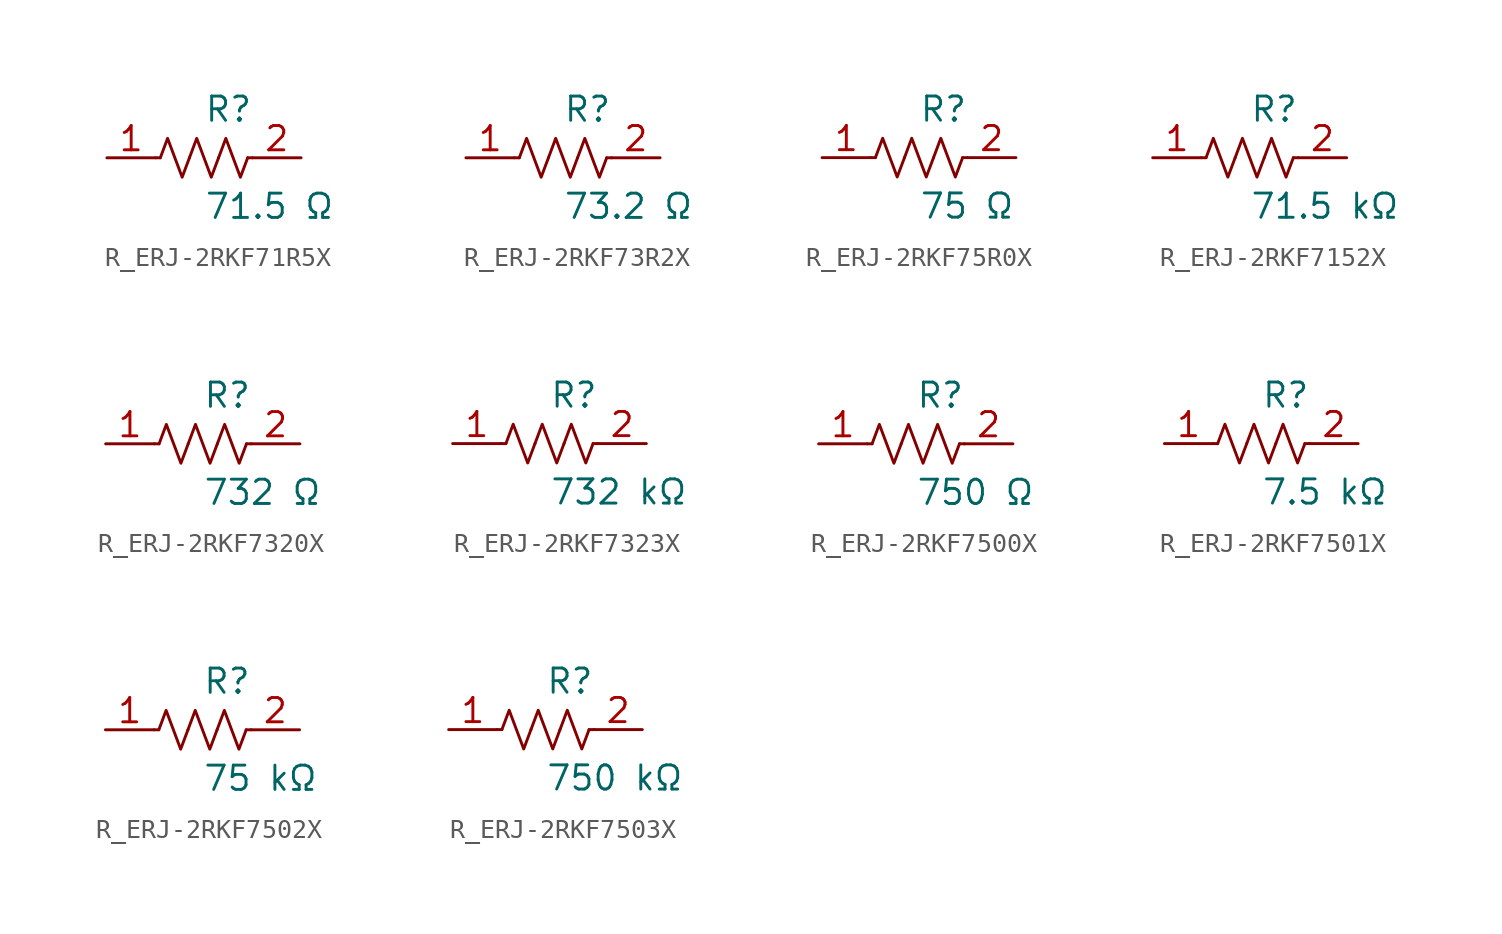
<source format=kicad_sym>
(kicad_symbol_lib
  (version 20231120)
  (generator kicad_symbol_editor)
  (generator_version 8.0)
  (symbol "R_ERJ-2RKF71R5X"
    (pin_names
      (offset 0.254))
    (property "Reference" "R"
      (at 0.0 2.54 0)
      (effects (font (size 1.27 1.27)) (justify left)))
    (property "Value" "71.5 Ω"
      (at 0.0 -2.54 0)
      (effects (font (size 1.27 1.27)) (justify left)))
    (symbol "R_ERJ-2RKF71R5X_0_1"
      (polyline (pts (xy 2.286 0) (xy 2.54 0)) (stroke (width 0) (type default)) (fill (type none)))
      (polyline (pts (xy -2.286 0) (xy -2.54 0)) (stroke (width 0) (type default)) (fill (type none)))
      (polyline (pts (xy 0.762 0) (xy 1.143 1.016) (xy 1.524 0) (xy 1.905 -1.016) (xy 2.286 0)) (stroke (width 0) (type default)) (fill (type none)))
      (polyline (pts (xy -0.762 0) (xy -0.381 1.016) (xy 0 0) (xy 0.381 -1.016) (xy 0.762 0)) (stroke (width 0) (type default)) (fill (type none)))
      (polyline (pts (xy -2.286 0) (xy -1.905 1.016) (xy -1.524 0) (xy -1.143 -1.016) (xy -0.762 0)) (stroke (width 0) (type default)) (fill (type none))))
    (pin unspecified line
      (at -5.08 0 0)
      (length 2.54)
      (name "" (effects (font (size 1.27 1.27))))
      (number "1" (effects (font (size 1.27 1.27)))))
    (pin unspecified line
      (at 5.08 0 180)
      (length 2.54)
      (name "" (effects (font (size 1.27 1.27))))
      (number "2" (effects (font (size 1.27 1.27))))))
  (symbol "R_ERJ-2RKF73R2X"
    (pin_names
      (offset 0.254))
    (property "Reference" "R"
      (at 0.0 2.54 0)
      (effects (font (size 1.27 1.27)) (justify left)))
    (property "Value" "73.2 Ω"
      (at 0.0 -2.54 0)
      (effects (font (size 1.27 1.27)) (justify left)))
    (symbol "R_ERJ-2RKF73R2X_0_1"
      (polyline (pts (xy 2.286 0) (xy 2.54 0)) (stroke (width 0) (type default)) (fill (type none)))
      (polyline (pts (xy -2.286 0) (xy -2.54 0)) (stroke (width 0) (type default)) (fill (type none)))
      (polyline (pts (xy 0.762 0) (xy 1.143 1.016) (xy 1.524 0) (xy 1.905 -1.016) (xy 2.286 0)) (stroke (width 0) (type default)) (fill (type none)))
      (polyline (pts (xy -0.762 0) (xy -0.381 1.016) (xy 0 0) (xy 0.381 -1.016) (xy 0.762 0)) (stroke (width 0) (type default)) (fill (type none)))
      (polyline (pts (xy -2.286 0) (xy -1.905 1.016) (xy -1.524 0) (xy -1.143 -1.016) (xy -0.762 0)) (stroke (width 0) (type default)) (fill (type none))))
    (pin unspecified line
      (at -5.08 0 0)
      (length 2.54)
      (name "" (effects (font (size 1.27 1.27))))
      (number "1" (effects (font (size 1.27 1.27)))))
    (pin unspecified line
      (at 5.08 0 180)
      (length 2.54)
      (name "" (effects (font (size 1.27 1.27))))
      (number "2" (effects (font (size 1.27 1.27))))))
  (symbol "R_ERJ-2RKF75R0X"
    (pin_names
      (offset 0.254))
    (property "Reference" "R"
      (at 0.0 2.54 0)
      (effects (font (size 1.27 1.27)) (justify left)))
    (property "Value" "75 Ω"
      (at 0.0 -2.54 0)
      (effects (font (size 1.27 1.27)) (justify left)))
    (symbol "R_ERJ-2RKF75R0X_0_1"
      (polyline (pts (xy 2.286 0) (xy 2.54 0)) (stroke (width 0) (type default)) (fill (type none)))
      (polyline (pts (xy -2.286 0) (xy -2.54 0)) (stroke (width 0) (type default)) (fill (type none)))
      (polyline (pts (xy 0.762 0) (xy 1.143 1.016) (xy 1.524 0) (xy 1.905 -1.016) (xy 2.286 0)) (stroke (width 0) (type default)) (fill (type none)))
      (polyline (pts (xy -0.762 0) (xy -0.381 1.016) (xy 0 0) (xy 0.381 -1.016) (xy 0.762 0)) (stroke (width 0) (type default)) (fill (type none)))
      (polyline (pts (xy -2.286 0) (xy -1.905 1.016) (xy -1.524 0) (xy -1.143 -1.016) (xy -0.762 0)) (stroke (width 0) (type default)) (fill (type none))))
    (pin unspecified line
      (at -5.08 0 0)
      (length 2.54)
      (name "" (effects (font (size 1.27 1.27))))
      (number "1" (effects (font (size 1.27 1.27)))))
    (pin unspecified line
      (at 5.08 0 180)
      (length 2.54)
      (name "" (effects (font (size 1.27 1.27))))
      (number "2" (effects (font (size 1.27 1.27))))))
  (symbol "R_ERJ-2RKF7152X"
    (pin_names
      (offset 0.254))
    (property "Reference" "R"
      (at 0.0 2.54 0)
      (effects (font (size 1.27 1.27)) (justify left)))
    (property "Value" "71.5 kΩ"
      (at 0.0 -2.54 0)
      (effects (font (size 1.27 1.27)) (justify left)))
    (symbol "R_ERJ-2RKF7152X_0_1"
      (polyline (pts (xy 2.286 0) (xy 2.54 0)) (stroke (width 0) (type default)) (fill (type none)))
      (polyline (pts (xy -2.286 0) (xy -2.54 0)) (stroke (width 0) (type default)) (fill (type none)))
      (polyline (pts (xy 0.762 0) (xy 1.143 1.016) (xy 1.524 0) (xy 1.905 -1.016) (xy 2.286 0)) (stroke (width 0) (type default)) (fill (type none)))
      (polyline (pts (xy -0.762 0) (xy -0.381 1.016) (xy 0 0) (xy 0.381 -1.016) (xy 0.762 0)) (stroke (width 0) (type default)) (fill (type none)))
      (polyline (pts (xy -2.286 0) (xy -1.905 1.016) (xy -1.524 0) (xy -1.143 -1.016) (xy -0.762 0)) (stroke (width 0) (type default)) (fill (type none))))
    (pin unspecified line
      (at -5.08 0 0)
      (length 2.54)
      (name "" (effects (font (size 1.27 1.27))))
      (number "1" (effects (font (size 1.27 1.27)))))
    (pin unspecified line
      (at 5.08 0 180)
      (length 2.54)
      (name "" (effects (font (size 1.27 1.27))))
      (number "2" (effects (font (size 1.27 1.27))))))
  (symbol "R_ERJ-2RKF7320X"
    (pin_names
      (offset 0.254))
    (property "Reference" "R"
      (at 0.0 2.54 0)
      (effects (font (size 1.27 1.27)) (justify left)))
    (property "Value" "732 Ω"
      (at 0.0 -2.54 0)
      (effects (font (size 1.27 1.27)) (justify left)))
    (symbol "R_ERJ-2RKF7320X_0_1"
      (polyline (pts (xy 2.286 0) (xy 2.54 0)) (stroke (width 0) (type default)) (fill (type none)))
      (polyline (pts (xy -2.286 0) (xy -2.54 0)) (stroke (width 0) (type default)) (fill (type none)))
      (polyline (pts (xy 0.762 0) (xy 1.143 1.016) (xy 1.524 0) (xy 1.905 -1.016) (xy 2.286 0)) (stroke (width 0) (type default)) (fill (type none)))
      (polyline (pts (xy -0.762 0) (xy -0.381 1.016) (xy 0 0) (xy 0.381 -1.016) (xy 0.762 0)) (stroke (width 0) (type default)) (fill (type none)))
      (polyline (pts (xy -2.286 0) (xy -1.905 1.016) (xy -1.524 0) (xy -1.143 -1.016) (xy -0.762 0)) (stroke (width 0) (type default)) (fill (type none))))
    (pin unspecified line
      (at -5.08 0 0)
      (length 2.54)
      (name "" (effects (font (size 1.27 1.27))))
      (number "1" (effects (font (size 1.27 1.27)))))
    (pin unspecified line
      (at 5.08 0 180)
      (length 2.54)
      (name "" (effects (font (size 1.27 1.27))))
      (number "2" (effects (font (size 1.27 1.27))))))
  (symbol "R_ERJ-2RKF7323X"
    (pin_names
      (offset 0.254))
    (property "Reference" "R"
      (at 0.0 2.54 0)
      (effects (font (size 1.27 1.27)) (justify left)))
    (property "Value" "732 kΩ"
      (at 0.0 -2.54 0)
      (effects (font (size 1.27 1.27)) (justify left)))
    (symbol "R_ERJ-2RKF7323X_0_1"
      (polyline (pts (xy 2.286 0) (xy 2.54 0)) (stroke (width 0) (type default)) (fill (type none)))
      (polyline (pts (xy -2.286 0) (xy -2.54 0)) (stroke (width 0) (type default)) (fill (type none)))
      (polyline (pts (xy 0.762 0) (xy 1.143 1.016) (xy 1.524 0) (xy 1.905 -1.016) (xy 2.286 0)) (stroke (width 0) (type default)) (fill (type none)))
      (polyline (pts (xy -0.762 0) (xy -0.381 1.016) (xy 0 0) (xy 0.381 -1.016) (xy 0.762 0)) (stroke (width 0) (type default)) (fill (type none)))
      (polyline (pts (xy -2.286 0) (xy -1.905 1.016) (xy -1.524 0) (xy -1.143 -1.016) (xy -0.762 0)) (stroke (width 0) (type default)) (fill (type none))))
    (pin unspecified line
      (at -5.08 0 0)
      (length 2.54)
      (name "" (effects (font (size 1.27 1.27))))
      (number "1" (effects (font (size 1.27 1.27)))))
    (pin unspecified line
      (at 5.08 0 180)
      (length 2.54)
      (name "" (effects (font (size 1.27 1.27))))
      (number "2" (effects (font (size 1.27 1.27))))))
  (symbol "R_ERJ-2RKF7500X"
    (pin_names
      (offset 0.254))
    (property "Reference" "R"
      (at 0.0 2.54 0)
      (effects (font (size 1.27 1.27)) (justify left)))
    (property "Value" "750 Ω"
      (at 0.0 -2.54 0)
      (effects (font (size 1.27 1.27)) (justify left)))
    (symbol "R_ERJ-2RKF7500X_0_1"
      (polyline (pts (xy 2.286 0) (xy 2.54 0)) (stroke (width 0) (type default)) (fill (type none)))
      (polyline (pts (xy -2.286 0) (xy -2.54 0)) (stroke (width 0) (type default)) (fill (type none)))
      (polyline (pts (xy 0.762 0) (xy 1.143 1.016) (xy 1.524 0) (xy 1.905 -1.016) (xy 2.286 0)) (stroke (width 0) (type default)) (fill (type none)))
      (polyline (pts (xy -0.762 0) (xy -0.381 1.016) (xy 0 0) (xy 0.381 -1.016) (xy 0.762 0)) (stroke (width 0) (type default)) (fill (type none)))
      (polyline (pts (xy -2.286 0) (xy -1.905 1.016) (xy -1.524 0) (xy -1.143 -1.016) (xy -0.762 0)) (stroke (width 0) (type default)) (fill (type none))))
    (pin unspecified line
      (at -5.08 0 0)
      (length 2.54)
      (name "" (effects (font (size 1.27 1.27))))
      (number "1" (effects (font (size 1.27 1.27)))))
    (pin unspecified line
      (at 5.08 0 180)
      (length 2.54)
      (name "" (effects (font (size 1.27 1.27))))
      (number "2" (effects (font (size 1.27 1.27))))))
  (symbol "R_ERJ-2RKF7501X"
    (pin_names
      (offset 0.254))
    (property "Reference" "R"
      (at 0.0 2.54 0)
      (effects (font (size 1.27 1.27)) (justify left)))
    (property "Value" "7.5 kΩ"
      (at 0.0 -2.54 0)
      (effects (font (size 1.27 1.27)) (justify left)))
    (symbol "R_ERJ-2RKF7501X_0_1"
      (polyline (pts (xy 2.286 0) (xy 2.54 0)) (stroke (width 0) (type default)) (fill (type none)))
      (polyline (pts (xy -2.286 0) (xy -2.54 0)) (stroke (width 0) (type default)) (fill (type none)))
      (polyline (pts (xy 0.762 0) (xy 1.143 1.016) (xy 1.524 0) (xy 1.905 -1.016) (xy 2.286 0)) (stroke (width 0) (type default)) (fill (type none)))
      (polyline (pts (xy -0.762 0) (xy -0.381 1.016) (xy 0 0) (xy 0.381 -1.016) (xy 0.762 0)) (stroke (width 0) (type default)) (fill (type none)))
      (polyline (pts (xy -2.286 0) (xy -1.905 1.016) (xy -1.524 0) (xy -1.143 -1.016) (xy -0.762 0)) (stroke (width 0) (type default)) (fill (type none))))
    (pin unspecified line
      (at -5.08 0 0)
      (length 2.54)
      (name "" (effects (font (size 1.27 1.27))))
      (number "1" (effects (font (size 1.27 1.27)))))
    (pin unspecified line
      (at 5.08 0 180)
      (length 2.54)
      (name "" (effects (font (size 1.27 1.27))))
      (number "2" (effects (font (size 1.27 1.27))))))
  (symbol "R_ERJ-2RKF7502X"
    (pin_names
      (offset 0.254))
    (property "Reference" "R"
      (at 0.0 2.54 0)
      (effects (font (size 1.27 1.27)) (justify left)))
    (property "Value" "75 kΩ"
      (at 0.0 -2.54 0)
      (effects (font (size 1.27 1.27)) (justify left)))
    (symbol "R_ERJ-2RKF7502X_0_1"
      (polyline (pts (xy 2.286 0) (xy 2.54 0)) (stroke (width 0) (type default)) (fill (type none)))
      (polyline (pts (xy -2.286 0) (xy -2.54 0)) (stroke (width 0) (type default)) (fill (type none)))
      (polyline (pts (xy 0.762 0) (xy 1.143 1.016) (xy 1.524 0) (xy 1.905 -1.016) (xy 2.286 0)) (stroke (width 0) (type default)) (fill (type none)))
      (polyline (pts (xy -0.762 0) (xy -0.381 1.016) (xy 0 0) (xy 0.381 -1.016) (xy 0.762 0)) (stroke (width 0) (type default)) (fill (type none)))
      (polyline (pts (xy -2.286 0) (xy -1.905 1.016) (xy -1.524 0) (xy -1.143 -1.016) (xy -0.762 0)) (stroke (width 0) (type default)) (fill (type none))))
    (pin unspecified line
      (at -5.08 0 0)
      (length 2.54)
      (name "" (effects (font (size 1.27 1.27))))
      (number "1" (effects (font (size 1.27 1.27)))))
    (pin unspecified line
      (at 5.08 0 180)
      (length 2.54)
      (name "" (effects (font (size 1.27 1.27))))
      (number "2" (effects (font (size 1.27 1.27))))))
  (symbol "R_ERJ-2RKF7503X"
    (pin_names
      (offset 0.254))
    (property "Reference" "R"
      (at 0.0 2.54 0)
      (effects (font (size 1.27 1.27)) (justify left)))
    (property "Value" "750 kΩ"
      (at 0.0 -2.54 0)
      (effects (font (size 1.27 1.27)) (justify left)))
    (symbol "R_ERJ-2RKF7503X_0_1"
      (polyline (pts (xy 2.286 0) (xy 2.54 0)) (stroke (width 0) (type default)) (fill (type none)))
      (polyline (pts (xy -2.286 0) (xy -2.54 0)) (stroke (width 0) (type default)) (fill (type none)))
      (polyline (pts (xy 0.762 0) (xy 1.143 1.016) (xy 1.524 0) (xy 1.905 -1.016) (xy 2.286 0)) (stroke (width 0) (type default)) (fill (type none)))
      (polyline (pts (xy -0.762 0) (xy -0.381 1.016) (xy 0 0) (xy 0.381 -1.016) (xy 0.762 0)) (stroke (width 0) (type default)) (fill (type none)))
      (polyline (pts (xy -2.286 0) (xy -1.905 1.016) (xy -1.524 0) (xy -1.143 -1.016) (xy -0.762 0)) (stroke (width 0) (type default)) (fill (type none))))
    (pin unspecified line
      (at -5.08 0 0)
      (length 2.54)
      (name "" (effects (font (size 1.27 1.27))))
      (number "1" (effects (font (size 1.27 1.27)))))
    (pin unspecified line
      (at 5.08 0 180)
      (length 2.54)
      (name "" (effects (font (size 1.27 1.27))))
      (number "2" (effects (font (size 1.27 1.27)))))))
</source>
